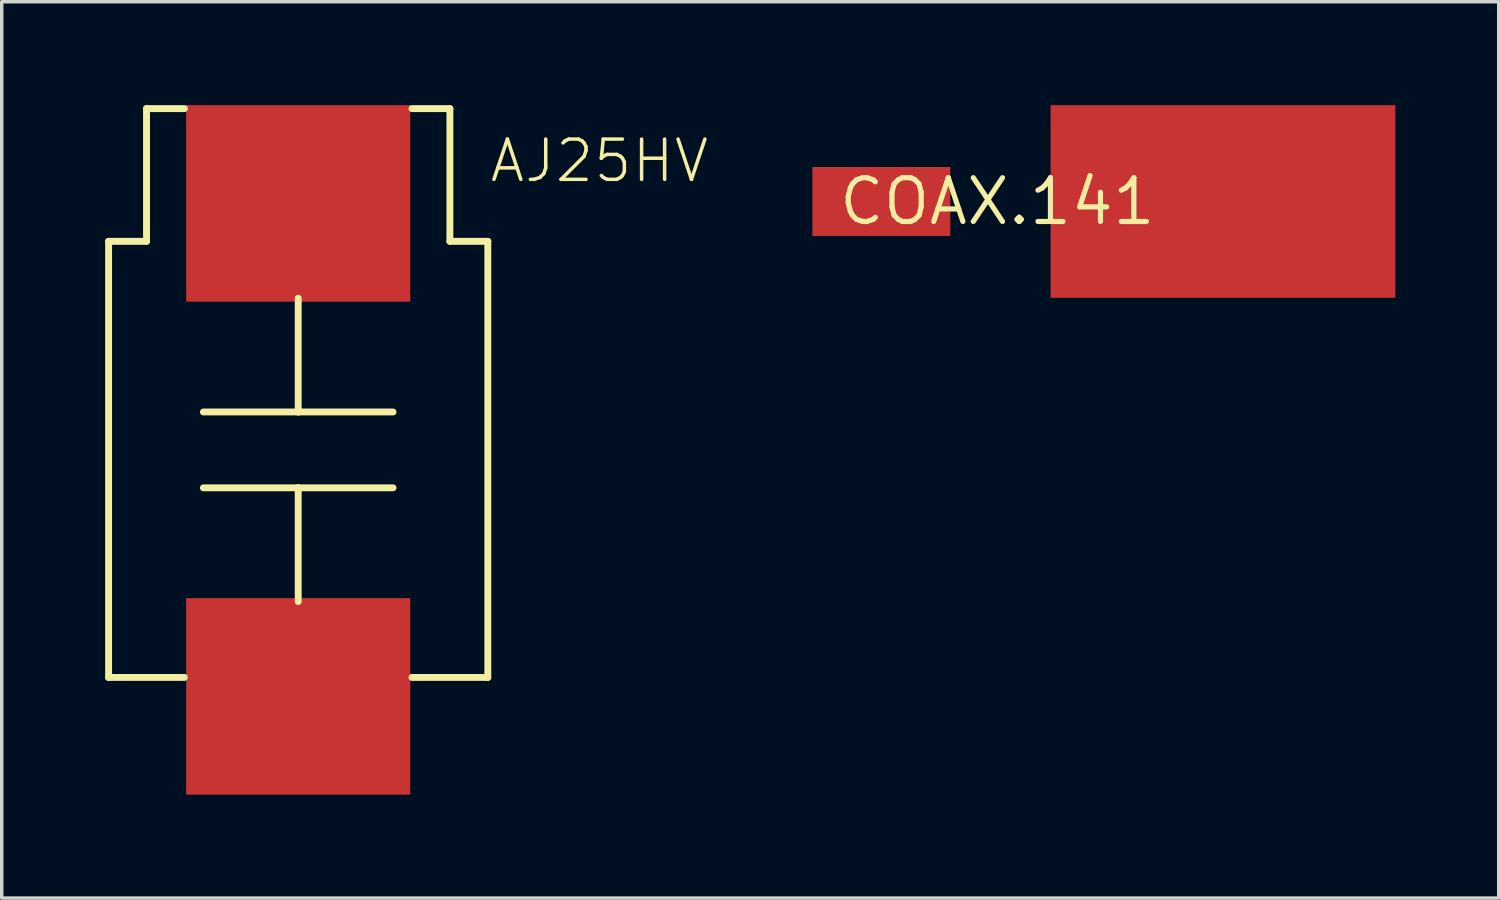
<source format=kicad_pcb>
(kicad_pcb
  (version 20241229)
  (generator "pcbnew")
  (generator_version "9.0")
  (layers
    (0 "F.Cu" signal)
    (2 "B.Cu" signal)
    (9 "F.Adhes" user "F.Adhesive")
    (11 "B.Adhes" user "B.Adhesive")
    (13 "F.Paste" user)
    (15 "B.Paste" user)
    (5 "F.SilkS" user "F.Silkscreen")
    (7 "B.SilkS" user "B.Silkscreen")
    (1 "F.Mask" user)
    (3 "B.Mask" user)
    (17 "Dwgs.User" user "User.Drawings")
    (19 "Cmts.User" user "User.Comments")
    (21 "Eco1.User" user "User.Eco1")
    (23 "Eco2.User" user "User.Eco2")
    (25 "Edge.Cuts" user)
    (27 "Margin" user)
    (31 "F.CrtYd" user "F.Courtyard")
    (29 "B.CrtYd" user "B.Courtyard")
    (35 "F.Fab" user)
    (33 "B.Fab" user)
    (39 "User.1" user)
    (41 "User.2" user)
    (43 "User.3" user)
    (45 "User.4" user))
  (footprint "COAX.141"
    (layer "F.Cu")
    (at 25.878 2.794)
    (property "Reference" "COAX.141" (at 0 0 0) (unlocked yes) (layer "F.SilkS") (effects (font (size 1.27 1.27) (thickness 0.15))))
    (pad "P$1" smd rect (at -3.364 0) (size 4 2) (layers "F.Cu" "F.Mask" "F.Paste"))
    (pad "P$2" smd rect (at 6.546 0) (size 10 5.588) (layers "F.Cu" "F.Mask" "F.Paste")))
  (footprint "AJ25HV"
    (layer "F.Cu")
    (at 5.6 10)
    (property "Reference" "AJ25HV" (at 5.5 -7.7 0) (unlocked yes) (layer "F.SilkS") (effects (font (size 1.168 1.168) (thickness 0.102)) (justify left bottom)))
    (fp_line (start -5.5 -6.05) (end -4.4 -6.05) (stroke (width 0.2) (type solid)) (layer "F.SilkS"))
    (fp_line (start -5.5 6.6) (end -5.5 -6.05) (stroke (width 0.2) (type solid)) (layer "F.SilkS"))
    (fp_line (start -4.4 -9.9) (end -3.3 -9.9) (stroke (width 0.2) (type solid)) (layer "F.SilkS"))
    (fp_line (start -4.4 -6.05) (end -4.4 -9.9) (stroke (width 0.2) (type solid)) (layer "F.SilkS"))
    (fp_line (start -3.3 6.6) (end -5.5 6.6) (stroke (width 0.2) (type solid)) (layer "F.SilkS"))
    (fp_line (start -2.75 1.1) (end 0 1.1) (stroke (width 0.2) (type solid)) (layer "F.SilkS"))
    (fp_line (start 0 -4.4) (end 0 -1.1) (stroke (width 0.2) (type solid)) (layer "F.SilkS"))
    (fp_line (start 0 -1.1) (end -2.75 -1.1) (stroke (width 0.2) (type solid)) (layer "F.SilkS"))
    (fp_line (start 0 -1.1) (end 2.75 -1.1) (stroke (width 0.2) (type solid)) (layer "F.SilkS"))
    (fp_line (start 0 1.1) (end 0 4.4) (stroke (width 0.2) (type solid)) (layer "F.SilkS"))
    (fp_line (start 0 1.1) (end 2.75 1.1) (stroke (width 0.2) (type solid)) (layer "F.SilkS"))
    (fp_line (start 3.3 -9.9) (end 4.4 -9.9) (stroke (width 0.2) (type solid)) (layer "F.SilkS"))
    (fp_line (start 4.4 -9.9) (end 4.4 -6.05) (stroke (width 0.2) (type solid)) (layer "F.SilkS"))
    (fp_line (start 4.4 -6.05) (end 5.5 -6.05) (stroke (width 0.2) (type solid)) (layer "F.SilkS"))
    (fp_line (start 5.5 -6.05) (end 5.5 6.6) (stroke (width 0.2) (type solid)) (layer "F.SilkS"))
    (fp_line (start 5.5 6.6) (end 3.3 6.6) (stroke (width 0.2) (type solid)) (layer "F.SilkS"))
    (pad "P$1" smd rect (at 0 -7.15) (size 6.5 5.7) (layers "F.Cu" "F.Mask" "F.Paste"))
    (pad "P$2" smd rect (at 0 7.15) (size 6.5 5.7) (layers "F.Cu" "F.Mask" "F.Paste")))
  (gr_rect
    (start -3 -3)
    (end 40.423 23)
    (stroke (width 0.1) (type default))
    (fill no)
    (layer "Edge.Cuts")))
</source>
